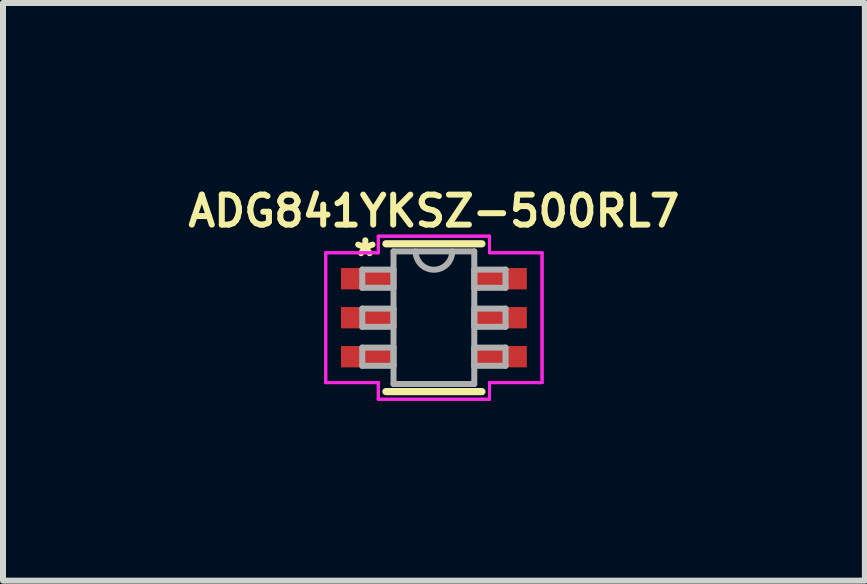
<source format=kicad_pcb>
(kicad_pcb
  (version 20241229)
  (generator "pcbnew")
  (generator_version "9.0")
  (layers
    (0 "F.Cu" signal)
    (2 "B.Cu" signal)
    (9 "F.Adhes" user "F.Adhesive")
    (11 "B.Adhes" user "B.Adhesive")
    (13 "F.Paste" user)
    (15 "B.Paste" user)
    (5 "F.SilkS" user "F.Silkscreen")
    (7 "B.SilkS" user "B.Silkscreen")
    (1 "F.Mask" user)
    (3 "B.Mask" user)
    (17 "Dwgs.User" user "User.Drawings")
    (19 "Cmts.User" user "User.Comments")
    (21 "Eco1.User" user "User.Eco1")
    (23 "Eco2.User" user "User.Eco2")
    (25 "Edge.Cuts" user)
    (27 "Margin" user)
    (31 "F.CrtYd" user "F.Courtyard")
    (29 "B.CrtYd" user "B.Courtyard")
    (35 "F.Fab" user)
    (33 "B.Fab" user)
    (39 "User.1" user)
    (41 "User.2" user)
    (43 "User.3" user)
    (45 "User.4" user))
  (footprint "ADG841YKSZ-500RL7"
    (layer "F.Cu")
    (at 4.183 2.246)
    (property "Reference" "ADG841YKSZ-500RL7" (at 0 -1.778 0) (layer "F.SilkS") (effects (font (size 0.5 0.5) (thickness 0.1))))
    (attr through_hole)
    (fp_line (start -0.8 1.232) (end 0.8 1.232) (stroke (width 0.12) (type solid)) (layer "F.SilkS"))
    (fp_line (start 0.8 -1.232) (end -0.8 -1.232) (stroke (width 0.12) (type solid)) (layer "F.SilkS"))
    (fp_line (start -1.803 -1.082) (end -0.927 -1.082) (stroke (width 0.05) (type solid)) (layer "F.CrtYd"))
    (fp_line (start -1.803 -1.082) (end -0.927 -1.082) (stroke (width 0.05) (type solid)) (layer "F.CrtYd"))
    (fp_line (start -1.803 1.082) (end -1.803 -1.082) (stroke (width 0.05) (type solid)) (layer "F.CrtYd"))
    (fp_line (start -1.803 1.082) (end -1.803 -1.082) (stroke (width 0.05) (type solid)) (layer "F.CrtYd"))
    (fp_line (start -1.803 1.082) (end -0.927 1.082) (stroke (width 0.05) (type solid)) (layer "F.CrtYd"))
    (fp_line (start -0.927 -1.359) (end 0.927 -1.359) (stroke (width 0.05) (type solid)) (layer "F.CrtYd"))
    (fp_line (start -0.927 -1.359) (end 0.927 -1.359) (stroke (width 0.05) (type solid)) (layer "F.CrtYd"))
    (fp_line (start -0.927 -1.082) (end -0.927 -1.359) (stroke (width 0.05) (type solid)) (layer "F.CrtYd"))
    (fp_line (start -0.927 -1.082) (end -0.927 -1.359) (stroke (width 0.05) (type solid)) (layer "F.CrtYd"))
    (fp_line (start -0.927 1.082) (end -1.803 1.082) (stroke (width 0.05) (type solid)) (layer "F.CrtYd"))
    (fp_line (start -0.927 1.359) (end -0.927 1.082) (stroke (width 0.05) (type solid)) (layer "F.CrtYd"))
    (fp_line (start -0.927 1.359) (end -0.927 1.082) (stroke (width 0.05) (type solid)) (layer "F.CrtYd"))
    (fp_line (start 0.927 -1.359) (end 0.927 -1.082) (stroke (width 0.05) (type solid)) (layer "F.CrtYd"))
    (fp_line (start 0.927 -1.359) (end 0.927 -1.082) (stroke (width 0.05) (type solid)) (layer "F.CrtYd"))
    (fp_line (start 0.927 -1.082) (end 1.803 -1.082) (stroke (width 0.05) (type solid)) (layer "F.CrtYd"))
    (fp_line (start 0.927 1.082) (end 0.927 1.359) (stroke (width 0.05) (type solid)) (layer "F.CrtYd"))
    (fp_line (start 0.927 1.082) (end 0.927 1.359) (stroke (width 0.05) (type solid)) (layer "F.CrtYd"))
    (fp_line (start 0.927 1.359) (end -0.927 1.359) (stroke (width 0.05) (type solid)) (layer "F.CrtYd"))
    (fp_line (start 0.927 1.359) (end -0.927 1.359) (stroke (width 0.05) (type solid)) (layer "F.CrtYd"))
    (fp_line (start 1.803 -1.082) (end 0.927 -1.082) (stroke (width 0.05) (type solid)) (layer "F.CrtYd"))
    (fp_line (start 1.803 -1.082) (end 1.803 1.082) (stroke (width 0.05) (type solid)) (layer "F.CrtYd"))
    (fp_line (start 1.803 -1.082) (end 1.803 1.082) (stroke (width 0.05) (type solid)) (layer "F.CrtYd"))
    (fp_line (start 1.803 1.082) (end 0.927 1.082) (stroke (width 0.05) (type solid)) (layer "F.CrtYd"))
    (fp_line (start 1.803 1.082) (end 0.927 1.082) (stroke (width 0.05) (type solid)) (layer "F.CrtYd"))
    (fp_line (start -1.194 -0.802) (end -1.194 -0.498) (stroke (width 0.1) (type solid)) (layer "F.Fab"))
    (fp_line (start -1.194 -0.498) (end -0.673 -0.498) (stroke (width 0.1) (type solid)) (layer "F.Fab"))
    (fp_line (start -1.194 -0.152) (end -1.194 0.152) (stroke (width 0.1) (type solid)) (layer "F.Fab"))
    (fp_line (start -1.194 0.152) (end -0.673 0.152) (stroke (width 0.1) (type solid)) (layer "F.Fab"))
    (fp_line (start -1.194 0.498) (end -1.194 0.802) (stroke (width 0.1) (type solid)) (layer "F.Fab"))
    (fp_line (start -1.194 0.802) (end -0.673 0.802) (stroke (width 0.1) (type solid)) (layer "F.Fab"))
    (fp_line (start -0.673 -1.105) (end -0.673 1.105) (stroke (width 0.1) (type solid)) (layer "F.Fab"))
    (fp_line (start -0.673 -0.802) (end -1.194 -0.802) (stroke (width 0.1) (type solid)) (layer "F.Fab"))
    (fp_line (start -0.673 -0.498) (end -0.673 -0.802) (stroke (width 0.1) (type solid)) (layer "F.Fab"))
    (fp_line (start -0.673 -0.152) (end -1.194 -0.152) (stroke (width 0.1) (type solid)) (layer "F.Fab"))
    (fp_line (start -0.673 0.152) (end -0.673 -0.152) (stroke (width 0.1) (type solid)) (layer "F.Fab"))
    (fp_line (start -0.673 0.498) (end -1.194 0.498) (stroke (width 0.1) (type solid)) (layer "F.Fab"))
    (fp_line (start -0.673 0.802) (end -0.673 0.498) (stroke (width 0.1) (type solid)) (layer "F.Fab"))
    (fp_line (start -0.673 1.105) (end 0.673 1.105) (stroke (width 0.1) (type solid)) (layer "F.Fab"))
    (fp_line (start 0.673 -1.105) (end -0.673 -1.105) (stroke (width 0.1) (type solid)) (layer "F.Fab"))
    (fp_line (start 0.673 -0.802) (end 0.673 -0.498) (stroke (width 0.1) (type solid)) (layer "F.Fab"))
    (fp_line (start 0.673 -0.498) (end 1.194 -0.498) (stroke (width 0.1) (type solid)) (layer "F.Fab"))
    (fp_line (start 0.673 -0.152) (end 0.673 0.152) (stroke (width 0.1) (type solid)) (layer "F.Fab"))
    (fp_line (start 0.673 0.152) (end 1.194 0.152) (stroke (width 0.1) (type solid)) (layer "F.Fab"))
    (fp_line (start 0.673 0.498) (end 0.673 0.802) (stroke (width 0.1) (type solid)) (layer "F.Fab"))
    (fp_line (start 0.673 0.802) (end 1.194 0.802) (stroke (width 0.1) (type solid)) (layer "F.Fab"))
    (fp_line (start 0.673 1.105) (end 0.673 -1.105) (stroke (width 0.1) (type solid)) (layer "F.Fab"))
    (fp_line (start 1.194 -0.802) (end 0.673 -0.802) (stroke (width 0.1) (type solid)) (layer "F.Fab"))
    (fp_line (start 1.194 -0.498) (end 1.194 -0.802) (stroke (width 0.1) (type solid)) (layer "F.Fab"))
    (fp_line (start 1.194 -0.152) (end 0.673 -0.152) (stroke (width 0.1) (type solid)) (layer "F.Fab"))
    (fp_line (start 1.194 0.152) (end 1.194 -0.152) (stroke (width 0.1) (type solid)) (layer "F.Fab"))
    (fp_line (start 1.194 0.498) (end 0.673 0.498) (stroke (width 0.1) (type solid)) (layer "F.Fab"))
    (fp_line (start 1.194 0.802) (end 1.194 0.498) (stroke (width 0.1) (type solid)) (layer "F.Fab"))
    (fp_arc (start 0.3048 -1.1049) (mid 0 -0.8001) (end -0.3048 -1.1049) (stroke (width 0.1) (type solid)) (layer "F.Fab"))
    (fp_text user "*" (at -1.143 -1.016 0) (layer "F.SilkS") (effects (font (size 0.5 0.5) (thickness 0.1))))
    (pad "1" smd rect (at -1.111 -0.65) (size 0.876 0.356) (layers "F.Cu" "F.Mask" "F.Paste"))
    (pad "2" smd rect (at -1.111 0) (size 0.876 0.356) (layers "F.Cu" "F.Mask" "F.Paste"))
    (pad "3" smd rect (at -1.111 0.65) (size 0.876 0.356) (layers "F.Cu" "F.Mask" "F.Paste"))
    (pad "4" smd rect (at 1.111 0.65) (size 0.876 0.356) (layers "F.Cu" "F.Mask" "F.Paste"))
    (pad "5" smd rect (at 1.111 0) (size 0.876 0.356) (layers "F.Cu" "F.Mask" "F.Paste"))
    (pad "6" smd rect (at 1.111 -0.65) (size 0.876 0.356) (layers "F.Cu" "F.Mask" "F.Paste")))
  (gr_rect
    (start -3 -3)
    (end 11.367 6.63)
    (stroke (width 0.1) (type default))
    (fill no)
    (layer "Edge.Cuts")))
</source>
